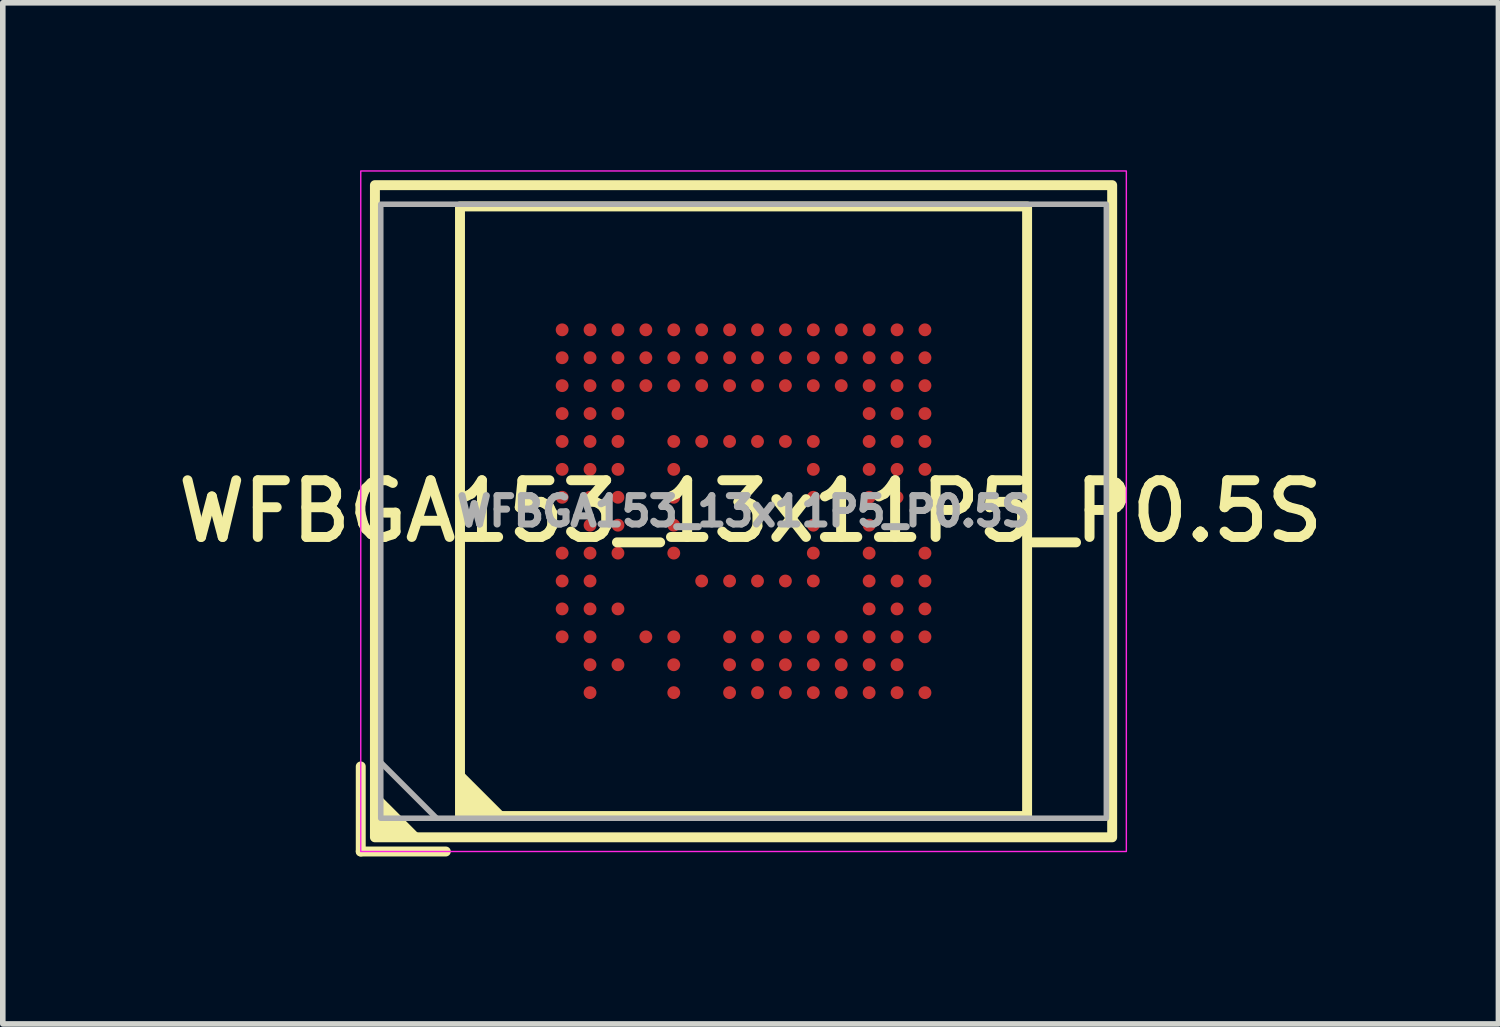
<source format=kicad_pcb>
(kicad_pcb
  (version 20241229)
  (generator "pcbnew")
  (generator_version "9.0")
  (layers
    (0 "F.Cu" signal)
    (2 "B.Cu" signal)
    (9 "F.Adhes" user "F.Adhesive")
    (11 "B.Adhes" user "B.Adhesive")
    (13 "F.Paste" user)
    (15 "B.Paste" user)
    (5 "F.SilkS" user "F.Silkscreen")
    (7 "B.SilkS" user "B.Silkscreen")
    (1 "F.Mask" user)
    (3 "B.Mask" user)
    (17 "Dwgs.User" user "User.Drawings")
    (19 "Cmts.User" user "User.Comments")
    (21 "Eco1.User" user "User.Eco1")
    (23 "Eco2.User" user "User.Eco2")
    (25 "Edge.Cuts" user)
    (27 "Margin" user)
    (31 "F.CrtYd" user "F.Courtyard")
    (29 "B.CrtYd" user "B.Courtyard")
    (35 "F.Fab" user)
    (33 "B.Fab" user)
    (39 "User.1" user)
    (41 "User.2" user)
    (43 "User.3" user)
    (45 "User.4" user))
  (footprint "WFBGA153_13x11P5_P0.5S"
    (layer "F.Cu")
    (at 10.271 6.109)
    (property "Reference" "WFBGA153_13x11P5_P0.5S" (at 0.127 0 0) (layer "F.SilkS") (effects (font (size 1.016 1.016) (thickness 0.178))))
    (attr smd)
    (fp_line (start -6.858 4.572) (end -6.858 6.096) (stroke (width 0.178) (type solid)) (layer "F.SilkS"))
    (fp_line (start -5.334 6.096) (end -6.858 6.096) (stroke (width 0.178) (type solid)) (layer "F.SilkS"))
    (fp_rect (start -6.604 -5.842) (end 6.604 5.842) (stroke (width 0.178) (type solid)) (fill no) (layer "F.SilkS"))
    (fp_rect (start -5.08 -5.461) (end 5.08 5.461) (stroke (width 0.178) (type solid)) (fill no) (layer "F.SilkS"))
    (fp_poly (pts (xy -5.842 5.842) (xy -6.604 5.842) (xy -6.604 5.08)) (stroke (width 0.12) (type solid)) (fill yes) (layer "F.SilkS"))
    (fp_poly (pts (xy -4.318 5.461) (xy -5.08 5.461) (xy -5.08 4.699)) (stroke (width 0.12) (type solid)) (fill yes) (layer "F.SilkS"))
    (fp_rect (start -6.858 -6.096) (end 6.858 6.096) (stroke (width 0.025) (type solid)) (fill no) (layer "F.CrtYd"))
    (fp_line (start -5.5 5.5) (end -6.5 4.5) (stroke (width 0.1) (type solid)) (layer "F.Fab"))
    (fp_rect (start -6.5 -5.5) (end 6.5 5.5) (stroke (width 0.1) (type solid)) (fill no) (layer "F.Fab"))
    (fp_text user "${REFERENCE}" (at 0 0 0) (layer "F.Fab") (effects (font (size 0.508 0.508) (thickness 0.127))))
    (pad "A3" smd circle (at -3.25 2.25) (size 0.23 0.23) (layers "F.Cu" "F.Mask" "F.Paste"))
    (pad "A4" smd circle (at -3.25 1.75) (size 0.23 0.23) (layers "F.Cu" "F.Mask" "F.Paste"))
    (pad "A5" smd circle (at -3.25 1.25) (size 0.23 0.23) (layers "F.Cu" "F.Mask" "F.Paste"))
    (pad "A6" smd circle (at -3.25 0.75) (size 0.23 0.23) (layers "F.Cu" "F.Mask" "F.Paste"))
    (pad "A8" smd circle (at -3.25 -0.25) (size 0.23 0.23) (layers "F.Cu" "F.Mask" "F.Paste"))
    (pad "A9" smd circle (at -3.25 -0.75) (size 0.23 0.23) (layers "F.Cu" "F.Mask" "F.Paste"))
    (pad "A10" smd circle (at -3.25 -1.25) (size 0.23 0.23) (layers "F.Cu" "F.Mask" "F.Paste"))
    (pad "A11" smd circle (at -3.25 -1.75) (size 0.23 0.23) (layers "F.Cu" "F.Mask" "F.Paste"))
    (pad "A12" smd circle (at -3.25 -2.25) (size 0.23 0.23) (layers "F.Cu" "F.Mask" "F.Paste"))
    (pad "A13" smd circle (at -3.25 -2.75) (size 0.23 0.23) (layers "F.Cu" "F.Mask" "F.Paste"))
    (pad "A14" smd circle (at -3.25 -3.25) (size 0.23 0.23) (layers "F.Cu" "F.Mask" "F.Paste"))
    (pad "B1" smd circle (at -2.75 3.25) (size 0.23 0.23) (layers "F.Cu" "F.Mask" "F.Paste"))
    (pad "B2" smd circle (at -2.75 2.75) (size 0.23 0.23) (layers "F.Cu" "F.Mask" "F.Paste"))
    (pad "B3" smd circle (at -2.75 2.25) (size 0.23 0.23) (layers "F.Cu" "F.Mask" "F.Paste"))
    (pad "B4" smd circle (at -2.75 1.75) (size 0.23 0.23) (layers "F.Cu" "F.Mask" "F.Paste"))
    (pad "B5" smd circle (at -2.75 1.25) (size 0.23 0.23) (layers "F.Cu" "F.Mask" "F.Paste"))
    (pad "B6" smd circle (at -2.75 0.75) (size 0.23 0.23) (layers "F.Cu" "F.Mask" "F.Paste"))
    (pad "B7" smd circle (at -2.75 0.25) (size 0.23 0.23) (layers "F.Cu" "F.Mask" "F.Paste"))
    (pad "B8" smd circle (at -2.75 -0.25) (size 0.23 0.23) (layers "F.Cu" "F.Mask" "F.Paste"))
    (pad "B9" smd circle (at -2.75 -0.75) (size 0.23 0.23) (layers "F.Cu" "F.Mask" "F.Paste"))
    (pad "B10" smd circle (at -2.75 -1.25) (size 0.23 0.23) (layers "F.Cu" "F.Mask" "F.Paste"))
    (pad "B11" smd circle (at -2.75 -1.75) (size 0.23 0.23) (layers "F.Cu" "F.Mask" "F.Paste"))
    (pad "B12" smd circle (at -2.75 -2.25) (size 0.23 0.23) (layers "F.Cu" "F.Mask" "F.Paste"))
    (pad "B13" smd circle (at -2.75 -2.75) (size 0.23 0.23) (layers "F.Cu" "F.Mask" "F.Paste"))
    (pad "B14" smd circle (at -2.75 -3.25) (size 0.23 0.23) (layers "F.Cu" "F.Mask" "F.Paste"))
    (pad "C2" smd circle (at -2.25 2.75) (size 0.23 0.23) (layers "F.Cu" "F.Mask" "F.Paste"))
    (pad "C4" smd circle (at -2.25 1.75) (size 0.23 0.23) (layers "F.Cu" "F.Mask" "F.Paste"))
    (pad "C6" smd circle (at -2.25 0.75) (size 0.23 0.23) (layers "F.Cu" "F.Mask" "F.Paste"))
    (pad "C7" smd circle (at -2.25 0.25) (size 0.23 0.23) (layers "F.Cu" "F.Mask" "F.Paste"))
    (pad "C8" smd circle (at -2.25 -0.25) (size 0.23 0.23) (layers "F.Cu" "F.Mask" "F.Paste"))
    (pad "C9" smd circle (at -2.25 -0.75) (size 0.23 0.23) (layers "F.Cu" "F.Mask" "F.Paste"))
    (pad "C10" smd circle (at -2.25 -1.25) (size 0.23 0.23) (layers "F.Cu" "F.Mask" "F.Paste"))
    (pad "C11" smd circle (at -2.25 -1.75) (size 0.23 0.23) (layers "F.Cu" "F.Mask" "F.Paste"))
    (pad "C12" smd circle (at -2.25 -2.25) (size 0.23 0.23) (layers "F.Cu" "F.Mask" "F.Paste"))
    (pad "C13" smd circle (at -2.25 -2.75) (size 0.23 0.23) (layers "F.Cu" "F.Mask" "F.Paste"))
    (pad "C14" smd circle (at -2.25 -3.25) (size 0.23 0.23) (layers "F.Cu" "F.Mask" "F.Paste"))
    (pad "D3" smd circle (at -1.75 2.25) (size 0.23 0.23) (layers "F.Cu" "F.Mask" "F.Paste"))
    (pad "D12" smd circle (at -1.75 -2.25) (size 0.23 0.23) (layers "F.Cu" "F.Mask" "F.Paste"))
    (pad "D13" smd circle (at -1.75 -2.75) (size 0.23 0.23) (layers "F.Cu" "F.Mask" "F.Paste"))
    (pad "D14" smd circle (at -1.75 -3.25) (size 0.23 0.23) (layers "F.Cu" "F.Mask" "F.Paste"))
    (pad "E1" smd circle (at -1.25 3.25) (size 0.23 0.23) (layers "F.Cu" "F.Mask" "F.Paste"))
    (pad "E2" smd circle (at -1.25 2.75) (size 0.23 0.23) (layers "F.Cu" "F.Mask" "F.Paste"))
    (pad "E3" smd circle (at -1.25 2.25) (size 0.23 0.23) (layers "F.Cu" "F.Mask" "F.Paste"))
    (pad "E6" smd circle (at -1.25 0.75) (size 0.23 0.23) (layers "F.Cu" "F.Mask" "F.Paste"))
    (pad "E7" smd circle (at -1.25 0.25) (size 0.23 0.23) (layers "F.Cu" "F.Mask" "F.Paste"))
    (pad "E8" smd circle (at -1.25 -0.25) (size 0.23 0.23) (layers "F.Cu" "F.Mask" "F.Paste"))
    (pad "E9" smd circle (at -1.25 -0.75) (size 0.23 0.23) (layers "F.Cu" "F.Mask" "F.Paste"))
    (pad "E10" smd circle (at -1.25 -1.25) (size 0.23 0.23) (layers "F.Cu" "F.Mask" "F.Paste"))
    (pad "E12" smd circle (at -1.25 -2.25) (size 0.23 0.23) (layers "F.Cu" "F.Mask" "F.Paste"))
    (pad "E13" smd circle (at -1.25 -2.75) (size 0.23 0.23) (layers "F.Cu" "F.Mask" "F.Paste"))
    (pad "E14" smd circle (at -1.25 -3.25) (size 0.23 0.23) (layers "F.Cu" "F.Mask" "F.Paste"))
    (pad "F5" smd circle (at -0.75 1.25) (size 0.23 0.23) (layers "F.Cu" "F.Mask" "F.Paste"))
    (pad "F10" smd circle (at -0.75 -1.25) (size 0.23 0.23) (layers "F.Cu" "F.Mask" "F.Paste"))
    (pad "F12" smd circle (at -0.75 -2.25) (size 0.23 0.23) (layers "F.Cu" "F.Mask" "F.Paste"))
    (pad "F13" smd circle (at -0.75 -2.75) (size 0.23 0.23) (layers "F.Cu" "F.Mask" "F.Paste"))
    (pad "F14" smd circle (at -0.75 -3.25) (size 0.23 0.23) (layers "F.Cu" "F.Mask" "F.Paste"))
    (pad "G1" smd circle (at -0.25 3.25) (size 0.23 0.23) (layers "F.Cu" "F.Mask" "F.Paste"))
    (pad "G2" smd circle (at -0.25 2.75) (size 0.23 0.23) (layers "F.Cu" "F.Mask" "F.Paste"))
    (pad "G3" smd circle (at -0.25 2.25) (size 0.23 0.23) (layers "F.Cu" "F.Mask" "F.Paste"))
    (pad "G5" smd circle (at -0.25 1.25) (size 0.23 0.23) (layers "F.Cu" "F.Mask" "F.Paste"))
    (pad "G10" smd circle (at -0.25 -1.25) (size 0.23 0.23) (layers "F.Cu" "F.Mask" "F.Paste"))
    (pad "G12" smd circle (at -0.25 -2.25) (size 0.23 0.23) (layers "F.Cu" "F.Mask" "F.Paste"))
    (pad "G13" smd circle (at -0.25 -2.75) (size 0.23 0.23) (layers "F.Cu" "F.Mask" "F.Paste"))
    (pad "G14" smd circle (at -0.25 -3.25) (size 0.23 0.23) (layers "F.Cu" "F.Mask" "F.Paste"))
    (pad "H1" smd circle (at 0.25 3.25) (size 0.23 0.23) (layers "F.Cu" "F.Mask" "F.Paste"))
    (pad "H2" smd circle (at 0.25 2.75) (size 0.23 0.23) (layers "F.Cu" "F.Mask" "F.Paste"))
    (pad "H3" smd circle (at 0.25 2.25) (size 0.23 0.23) (layers "F.Cu" "F.Mask" "F.Paste"))
    (pad "H5" smd circle (at 0.25 1.25) (size 0.23 0.23) (layers "F.Cu" "F.Mask" "F.Paste"))
    (pad "H10" smd circle (at 0.25 -1.25) (size 0.23 0.23) (layers "F.Cu" "F.Mask" "F.Paste"))
    (pad "H12" smd circle (at 0.25 -2.25) (size 0.23 0.23) (layers "F.Cu" "F.Mask" "F.Paste"))
    (pad "H13" smd circle (at 0.25 -2.75) (size 0.23 0.23) (layers "F.Cu" "F.Mask" "F.Paste"))
    (pad "H14" smd circle (at 0.25 -3.25) (size 0.23 0.23) (layers "F.Cu" "F.Mask" "F.Paste"))
    (pad "J1" smd circle (at 0.75 3.25) (size 0.23 0.23) (layers "F.Cu" "F.Mask" "F.Paste"))
    (pad "J2" smd circle (at 0.75 2.75) (size 0.23 0.23) (layers "F.Cu" "F.Mask" "F.Paste"))
    (pad "J3" smd circle (at 0.75 2.25) (size 0.23 0.23) (layers "F.Cu" "F.Mask" "F.Paste"))
    (pad "J5" smd circle (at 0.75 1.25) (size 0.23 0.23) (layers "F.Cu" "F.Mask" "F.Paste"))
    (pad "J10" smd circle (at 0.75 -1.25) (size 0.23 0.23) (layers "F.Cu" "F.Mask" "F.Paste"))
    (pad "J12" smd circle (at 0.75 -2.25) (size 0.23 0.23) (layers "F.Cu" "F.Mask" "F.Paste"))
    (pad "J13" smd circle (at 0.75 -2.75) (size 0.23 0.23) (layers "F.Cu" "F.Mask" "F.Paste"))
    (pad "J14" smd circle (at 0.75 -3.25) (size 0.23 0.23) (layers "F.Cu" "F.Mask" "F.Paste"))
    (pad "K1" smd circle (at 1.25 3.25) (size 0.23 0.23) (layers "F.Cu" "F.Mask" "F.Paste"))
    (pad "K2" smd circle (at 1.25 2.75) (size 0.23 0.23) (layers "F.Cu" "F.Mask" "F.Paste"))
    (pad "K3" smd circle (at 1.25 2.25) (size 0.23 0.23) (layers "F.Cu" "F.Mask" "F.Paste"))
    (pad "K5" smd circle (at 1.25 1.25) (size 0.23 0.23) (layers "F.Cu" "F.Mask" "F.Paste"))
    (pad "K6" smd circle (at 1.25 0.75) (size 0.23 0.23) (layers "F.Cu" "F.Mask" "F.Paste"))
    (pad "K7" smd circle (at 1.25 0.25) (size 0.23 0.23) (layers "F.Cu" "F.Mask" "F.Paste"))
    (pad "K8" smd circle (at 1.25 -0.25) (size 0.23 0.23) (layers "F.Cu" "F.Mask" "F.Paste"))
    (pad "K9" smd circle (at 1.25 -0.75) (size 0.23 0.23) (layers "F.Cu" "F.Mask" "F.Paste"))
    (pad "K10" smd circle (at 1.25 -1.25) (size 0.23 0.23) (layers "F.Cu" "F.Mask" "F.Paste"))
    (pad "K12" smd circle (at 1.25 -2.25) (size 0.23 0.23) (layers "F.Cu" "F.Mask" "F.Paste"))
    (pad "K13" smd circle (at 1.25 -2.75) (size 0.23 0.23) (layers "F.Cu" "F.Mask" "F.Paste"))
    (pad "K14" smd circle (at 1.25 -3.25) (size 0.23 0.23) (layers "F.Cu" "F.Mask" "F.Paste"))
    (pad "L1" smd circle (at 1.75 3.25) (size 0.23 0.23) (layers "F.Cu" "F.Mask" "F.Paste"))
    (pad "L2" smd circle (at 1.75 2.75) (size 0.23 0.23) (layers "F.Cu" "F.Mask" "F.Paste"))
    (pad "L3" smd circle (at 1.75 2.25) (size 0.23 0.23) (layers "F.Cu" "F.Mask" "F.Paste"))
    (pad "L12" smd circle (at 1.75 -2.25) (size 0.23 0.23) (layers "F.Cu" "F.Mask" "F.Paste"))
    (pad "L13" smd circle (at 1.75 -2.75) (size 0.23 0.23) (layers "F.Cu" "F.Mask" "F.Paste"))
    (pad "L14" smd circle (at 1.75 -3.25) (size 0.23 0.23) (layers "F.Cu" "F.Mask" "F.Paste"))
    (pad "M1" smd circle (at 2.25 3.25) (size 0.23 0.23) (layers "F.Cu" "F.Mask" "F.Paste"))
    (pad "M2" smd circle (at 2.25 2.75) (size 0.23 0.23) (layers "F.Cu" "F.Mask" "F.Paste"))
    (pad "M3" smd circle (at 2.25 2.25) (size 0.23 0.23) (layers "F.Cu" "F.Mask" "F.Paste"))
    (pad "M4" smd circle (at 2.25 1.75) (size 0.23 0.23) (layers "F.Cu" "F.Mask" "F.Paste"))
    (pad "M5" smd circle (at 2.25 1.25) (size 0.23 0.23) (layers "F.Cu" "F.Mask" "F.Paste"))
    (pad "M6" smd circle (at 2.25 0.75) (size 0.23 0.23) (layers "F.Cu" "F.Mask" "F.Paste"))
    (pad "M7" smd circle (at 2.25 0.25) (size 0.23 0.23) (layers "F.Cu" "F.Mask" "F.Paste"))
    (pad "M8" smd circle (at 2.25 -0.25) (size 0.23 0.23) (layers "F.Cu" "F.Mask" "F.Paste"))
    (pad "M9" smd circle (at 2.25 -0.75) (size 0.23 0.23) (layers "F.Cu" "F.Mask" "F.Paste"))
    (pad "M10" smd circle (at 2.25 -1.25) (size 0.23 0.23) (layers "F.Cu" "F.Mask" "F.Paste"))
    (pad "M11" smd circle (at 2.25 -1.75) (size 0.23 0.23) (layers "F.Cu" "F.Mask" "F.Paste"))
    (pad "M12" smd circle (at 2.25 -2.25) (size 0.23 0.23) (layers "F.Cu" "F.Mask" "F.Paste"))
    (pad "M13" smd circle (at 2.25 -2.75) (size 0.23 0.23) (layers "F.Cu" "F.Mask" "F.Paste"))
    (pad "M14" smd circle (at 2.25 -3.25) (size 0.23 0.23) (layers "F.Cu" "F.Mask" "F.Paste"))
    (pad "N1" smd circle (at 2.75 3.25) (size 0.23 0.23) (layers "F.Cu" "F.Mask" "F.Paste"))
    (pad "N2" smd circle (at 2.75 2.75) (size 0.23 0.23) (layers "F.Cu" "F.Mask" "F.Paste"))
    (pad "N3" smd circle (at 2.75 2.25) (size 0.23 0.23) (layers "F.Cu" "F.Mask" "F.Paste"))
    (pad "N4" smd circle (at 2.75 1.75) (size 0.23 0.23) (layers "F.Cu" "F.Mask" "F.Paste"))
    (pad "N5" smd circle (at 2.75 1.25) (size 0.23 0.23) (layers "F.Cu" "F.Mask" "F.Paste"))
    (pad "N8" smd circle (at 2.75 -0.25) (size 0.23 0.23) (layers "F.Cu" "F.Mask" "F.Paste"))
    (pad "N9" smd circle (at 2.75 -0.75) (size 0.23 0.23) (layers "F.Cu" "F.Mask" "F.Paste"))
    (pad "N10" smd circle (at 2.75 -1.25) (size 0.23 0.23) (layers "F.Cu" "F.Mask" "F.Paste"))
    (pad "N11" smd circle (at 2.75 -1.75) (size 0.23 0.23) (layers "F.Cu" "F.Mask" "F.Paste"))
    (pad "N12" smd circle (at 2.75 -2.25) (size 0.23 0.23) (layers "F.Cu" "F.Mask" "F.Paste"))
    (pad "N13" smd circle (at 2.75 -2.75) (size 0.23 0.23) (layers "F.Cu" "F.Mask" "F.Paste"))
    (pad "N14" smd circle (at 2.75 -3.25) (size 0.23 0.23) (layers "F.Cu" "F.Mask" "F.Paste"))
    (pad "P1" smd circle (at 3.25 3.25) (size 0.23 0.23) (layers "F.Cu" "F.Mask" "F.Paste"))
    (pad "P3" smd circle (at 3.25 2.25) (size 0.23 0.23) (layers "F.Cu" "F.Mask" "F.Paste"))
    (pad "P4" smd circle (at 3.25 1.75) (size 0.23 0.23) (layers "F.Cu" "F.Mask" "F.Paste"))
    (pad "P5" smd circle (at 3.25 1.25) (size 0.23 0.23) (layers "F.Cu" "F.Mask" "F.Paste"))
    (pad "P6" smd circle (at 3.25 0.75) (size 0.23 0.23) (layers "F.Cu" "F.Mask" "F.Paste"))
    (pad "P9" smd circle (at 3.25 -0.75) (size 0.23 0.23) (layers "F.Cu" "F.Mask" "F.Paste"))
    (pad "P10" smd circle (at 3.25 -1.25) (size 0.23 0.23) (layers "F.Cu" "F.Mask" "F.Paste"))
    (pad "P11" smd circle (at 3.25 -1.75) (size 0.23 0.23) (layers "F.Cu" "F.Mask" "F.Paste"))
    (pad "P12" smd circle (at 3.25 -2.25) (size 0.23 0.23) (layers "F.Cu" "F.Mask" "F.Paste"))
    (pad "P13" smd circle (at 3.25 -2.75) (size 0.23 0.23) (layers "F.Cu" "F.Mask" "F.Paste"))
    (pad "P14" smd circle (at 3.25 -3.25) (size 0.23 0.23) (layers "F.Cu" "F.Mask" "F.Paste")))
  (gr_rect
    (start -3 -3)
    (end 23.795 15.294)
    (stroke (width 0.1) (type default))
    (fill no)
    (layer "Edge.Cuts")))
</source>
